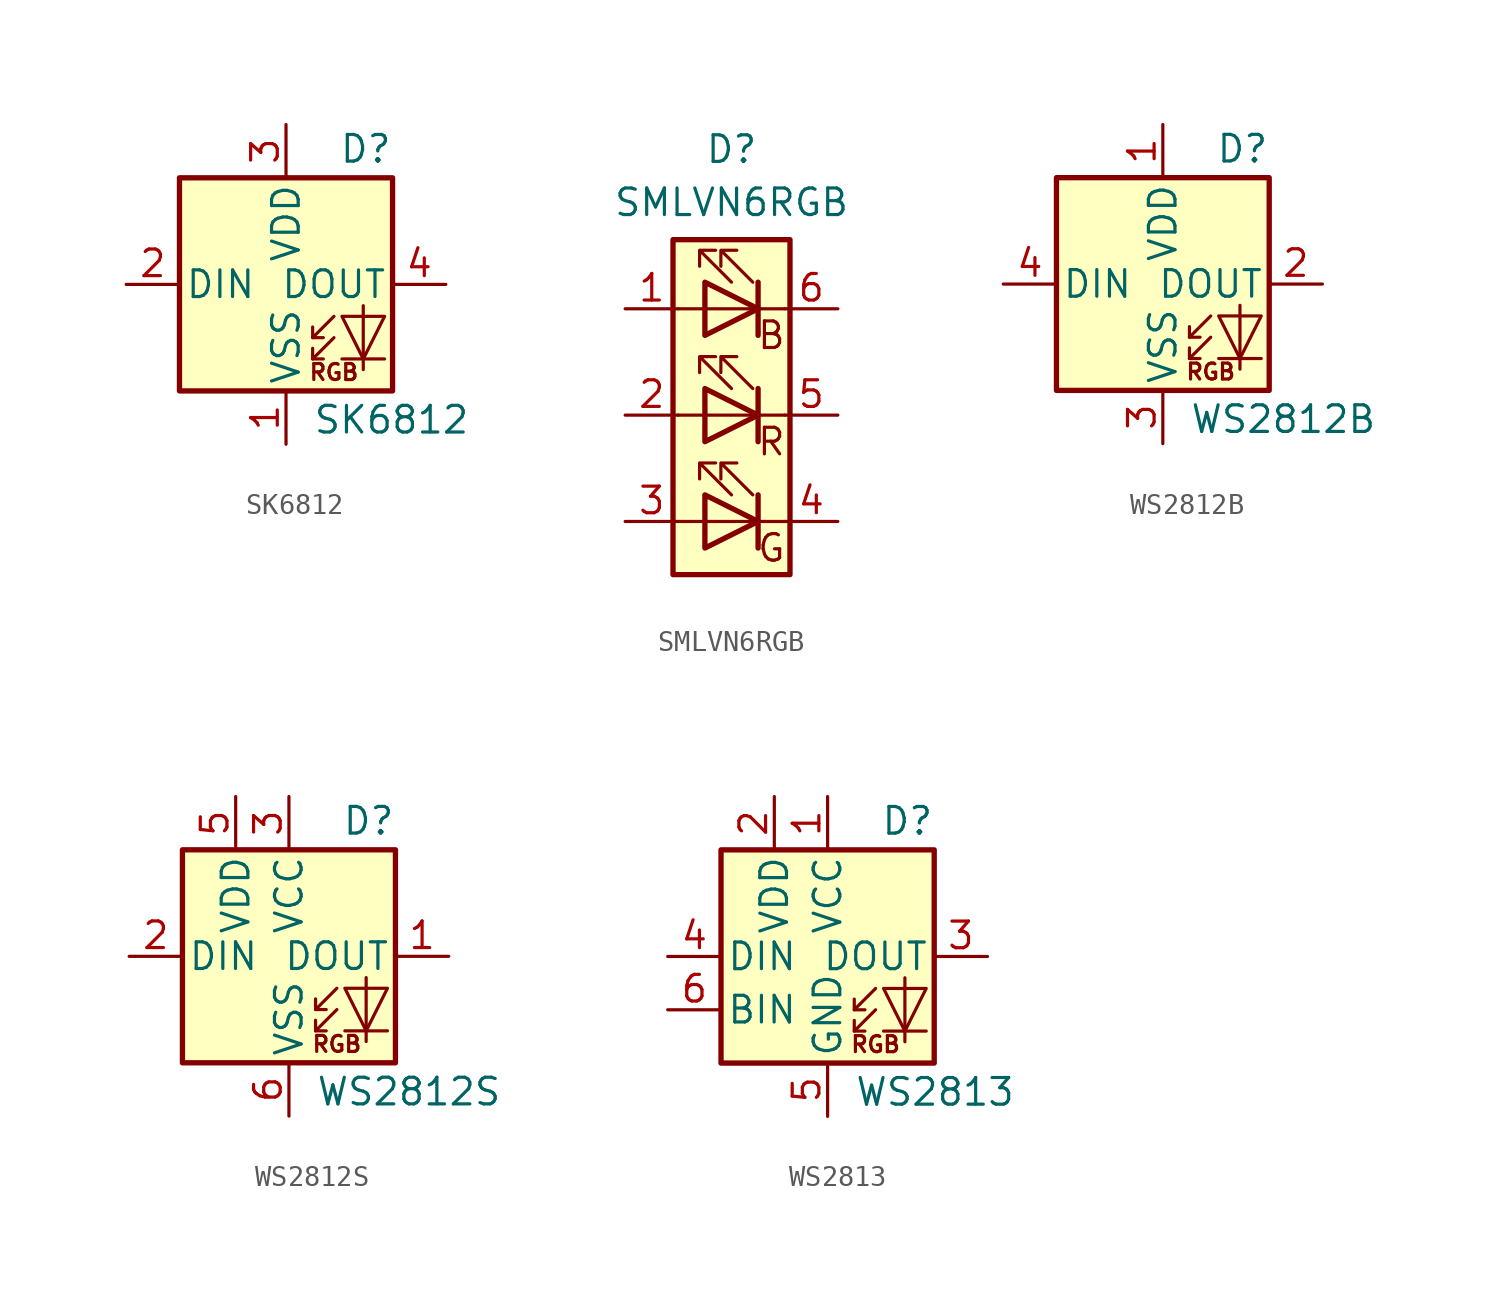
<source format=kicad_sym>
(kicad_symbol_lib
  (version 20201005)
  (generator kicad_symbol_editor)
  (symbol "LED:SK6812"
    (pin_names
      (offset 0.254))
    (property "Reference" "D"
      (at 5.08 5.715 0)
      (effects (font (size 1.27 1.27)) (justify right bottom)))
    (property "Value" "SK6812"
      (at 1.27 -5.715 0)
      (effects (font (size 1.27 1.27)) (justify left top)))
    (symbol "SK6812_0_0"
      (text "RGB" (at 2.286 -4.191 0) (effects (font (size 0.762 0.762)))))
    (symbol "SK6812_0_1"
      (rectangle (start 5.08 5.08) (end -5.08 -5.08) (stroke (width 0.254)) (fill (type background)))
      (polyline (pts (xy 1.27 -3.556) (xy 1.778 -3.556)) (stroke (width 0)) (fill (type none)))
      (polyline (pts (xy 1.27 -2.54) (xy 1.778 -2.54)) (stroke (width 0)) (fill (type none)))
      (polyline (pts (xy 4.699 -3.556) (xy 2.667 -3.556)) (stroke (width 0)) (fill (type none)))
      (polyline (pts (xy 2.286 -2.54) (xy 1.27 -3.556) (xy 1.27 -3.048)) (stroke (width 0)) (fill (type none)))
      (polyline (pts (xy 2.286 -1.524) (xy 1.27 -2.54) (xy 1.27 -2.032)) (stroke (width 0)) (fill (type none)))
      (polyline (pts (xy 3.683 -1.016) (xy 3.683 -3.556) (xy 3.683 -4.064)) (stroke (width 0)) (fill (type none)))
      (polyline (pts (xy 4.699 -1.524) (xy 2.667 -1.524) (xy 3.683 -3.556) (xy 4.699 -1.524)) (stroke (width 0)) (fill (type none))))
    (symbol "SK6812_1_1"
      (pin power_in line (at 0 -7.62 90) (length 2.54) (name "VSS" (effects (font (size 1.27 1.27)))) (number "1" (effects (font (size 1.27 1.27)))))
      (pin input line (at -7.62 0 0) (length 2.54) (name "DIN" (effects (font (size 1.27 1.27)))) (number "2" (effects (font (size 1.27 1.27)))))
      (pin power_in line (at 0 7.62 270) (length 2.54) (name "VDD" (effects (font (size 1.27 1.27)))) (number "3" (effects (font (size 1.27 1.27)))))
      (pin output line (at 7.62 0 180) (length 2.54) (name "DOUT" (effects (font (size 1.27 1.27)))) (number "4" (effects (font (size 1.27 1.27)))))))
  (symbol "LED:SMLVN6RGB"
    (pin_names
      (offset 0) hide)
    (property "Reference" "D"
      (at 0 12.7 0)
      (effects (font (size 1.27 1.27))))
    (property "Value" "SMLVN6RGB"
      (at 0 10.16 0)
      (effects (font (size 1.27 1.27))))
    (symbol "SMLVN6RGB_0_0"
      (text "B" (at 1.905 3.81 0) (effects (font (size 1.27 1.27))))
      (text "G" (at 1.905 -6.35 0) (effects (font (size 1.27 1.27))))
      (text "R" (at 1.905 -1.27 0) (effects (font (size 1.27 1.27)))))
    (symbol "SMLVN6RGB_0_1"
      (rectangle (start -2.794 8.382) (end 2.794 -7.62) (stroke (width 0.254)) (fill (type background)))
      (rectangle (start -1.27 -1.27) (end -1.27 1.27) (stroke (width 0)) (fill (type none)))
      (rectangle (start -1.27 1.27) (end -1.27 1.27) (stroke (width 0)) (fill (type none)))
      (rectangle (start -1.27 3.81) (end -1.27 6.35) (stroke (width 0)) (fill (type none)))
      (rectangle (start -1.27 6.35) (end -1.27 6.35) (stroke (width 0)) (fill (type none)))
      (polyline (pts (xy -1.27 -5.08) (xy -2.54 -5.08)) (stroke (width 0)) (fill (type none)))
      (polyline (pts (xy -1.27 0) (xy -2.54 0)) (stroke (width 0)) (fill (type none)))
      (polyline (pts (xy -1.27 0) (xy 1.27 0)) (stroke (width 0)) (fill (type none)))
      (polyline (pts (xy -1.27 5.08) (xy -2.54 5.08)) (stroke (width 0)) (fill (type none)))
      (polyline (pts (xy 1.27 -5.08) (xy -1.27 -5.08)) (stroke (width 0)) (fill (type none)))
      (polyline (pts (xy 1.27 -5.08) (xy 2.54 -5.08)) (stroke (width 0)) (fill (type none)))
      (polyline (pts (xy 1.27 -3.81) (xy 1.27 -6.35)) (stroke (width 0.254)) (fill (type none)))
      (polyline (pts (xy 1.27 0) (xy 2.54 0)) (stroke (width 0)) (fill (type none)))
      (polyline (pts (xy 1.27 1.27) (xy 1.27 -1.27)) (stroke (width 0.254)) (fill (type none)))
      (polyline (pts (xy 1.27 5.08) (xy -1.27 5.08)) (stroke (width 0)) (fill (type none)))
      (polyline (pts (xy 1.27 5.08) (xy 2.54 5.08)) (stroke (width 0)) (fill (type none)))
      (polyline (pts (xy 1.27 6.35) (xy 1.27 3.81)) (stroke (width 0.254)) (fill (type none)))
      (polyline (pts (xy 1.27 1.27) (xy 1.27 -1.27) (xy 1.27 -1.27)) (stroke (width 0)) (fill (type none)))
      (polyline (pts (xy 1.27 6.35) (xy 1.27 3.81) (xy 1.27 3.81)) (stroke (width 0)) (fill (type none)))
      (polyline (pts (xy -1.27 -3.81) (xy -1.27 -6.35) (xy 1.27 -5.08) (xy -1.27 -3.81)) (stroke (width 0.254)) (fill (type none)))
      (polyline (pts (xy -1.27 1.27) (xy -1.27 -1.27) (xy 1.27 0) (xy -1.27 1.27)) (stroke (width 0.254)) (fill (type none)))
      (polyline (pts (xy -1.27 6.35) (xy -1.27 3.81) (xy 1.27 5.08) (xy -1.27 6.35)) (stroke (width 0.254)) (fill (type none)))
      (polyline (pts (xy 0 -3.81) (xy -1.524 -2.286) (xy -0.762 -2.286) (xy -1.524 -2.286) (xy -1.524 -3.048)) (stroke (width 0)) (fill (type none)))
      (polyline (pts (xy 0 1.27) (xy -1.524 2.794) (xy -0.762 2.794) (xy -1.524 2.794) (xy -1.524 2.032)) (stroke (width 0)) (fill (type none)))
      (polyline (pts (xy 0 6.35) (xy -1.524 7.874) (xy -0.762 7.874) (xy -1.524 7.874) (xy -1.524 7.112)) (stroke (width 0)) (fill (type none)))
      (polyline (pts (xy 1.016 -3.81) (xy -0.508 -2.286) (xy 0.254 -2.286) (xy -0.508 -2.286) (xy -0.508 -3.048)) (stroke (width 0)) (fill (type none)))
      (polyline (pts (xy 1.016 1.27) (xy -0.508 2.794) (xy 0.254 2.794) (xy -0.508 2.794) (xy -0.508 2.032)) (stroke (width 0)) (fill (type none)))
      (polyline (pts (xy 1.016 6.35) (xy -0.508 7.874) (xy 0.254 7.874) (xy -0.508 7.874) (xy -0.508 7.112)) (stroke (width 0)) (fill (type none))))
    (symbol "SMLVN6RGB_1_1"
      (pin passive line (at -5.08 5.08 0) (length 2.54) (name "BA" (effects (font (size 1.27 1.27)))) (number "1" (effects (font (size 1.27 1.27)))))
      (pin passive line (at -5.08 0 0) (length 2.54) (name "RA" (effects (font (size 1.27 1.27)))) (number "2" (effects (font (size 1.27 1.27)))))
      (pin passive line (at -5.08 -5.08 0) (length 2.54) (name "GA" (effects (font (size 1.27 1.27)))) (number "3" (effects (font (size 1.27 1.27)))))
      (pin passive line (at 5.08 -5.08 180) (length 2.54) (name "GK" (effects (font (size 1.27 1.27)))) (number "4" (effects (font (size 1.27 1.27)))))
      (pin passive line (at 5.08 0 180) (length 2.54) (name "RK" (effects (font (size 1.27 1.27)))) (number "5" (effects (font (size 1.27 1.27)))))
      (pin passive line (at 5.08 5.08 180) (length 2.54) (name "BK" (effects (font (size 1.27 1.27)))) (number "6" (effects (font (size 1.27 1.27)))))))
  (symbol "LED:WS2812B"
    (pin_names
      (offset 0.254))
    (property "Reference" "D"
      (at 5.08 5.715 0)
      (effects (font (size 1.27 1.27)) (justify right bottom)))
    (property "Value" "WS2812B"
      (at 1.27 -5.715 0)
      (effects (font (size 1.27 1.27)) (justify left top)))
    (symbol "WS2812B_0_0"
      (text "RGB" (at 2.286 -4.191 0) (effects (font (size 0.762 0.762)))))
    (symbol "WS2812B_0_1"
      (rectangle (start 5.08 5.08) (end -5.08 -5.08) (stroke (width 0.254)) (fill (type background)))
      (polyline (pts (xy 1.27 -3.556) (xy 1.778 -3.556)) (stroke (width 0)) (fill (type none)))
      (polyline (pts (xy 1.27 -2.54) (xy 1.778 -2.54)) (stroke (width 0)) (fill (type none)))
      (polyline (pts (xy 4.699 -3.556) (xy 2.667 -3.556)) (stroke (width 0)) (fill (type none)))
      (polyline (pts (xy 2.286 -2.54) (xy 1.27 -3.556) (xy 1.27 -3.048)) (stroke (width 0)) (fill (type none)))
      (polyline (pts (xy 2.286 -1.524) (xy 1.27 -2.54) (xy 1.27 -2.032)) (stroke (width 0)) (fill (type none)))
      (polyline (pts (xy 3.683 -1.016) (xy 3.683 -3.556) (xy 3.683 -4.064)) (stroke (width 0)) (fill (type none)))
      (polyline (pts (xy 4.699 -1.524) (xy 2.667 -1.524) (xy 3.683 -3.556) (xy 4.699 -1.524)) (stroke (width 0)) (fill (type none))))
    (symbol "WS2812B_1_1"
      (pin power_in line (at 0 7.62 270) (length 2.54) (name "VDD" (effects (font (size 1.27 1.27)))) (number "1" (effects (font (size 1.27 1.27)))))
      (pin output line (at 7.62 0 180) (length 2.54) (name "DOUT" (effects (font (size 1.27 1.27)))) (number "2" (effects (font (size 1.27 1.27)))))
      (pin power_in line (at 0 -7.62 90) (length 2.54) (name "VSS" (effects (font (size 1.27 1.27)))) (number "3" (effects (font (size 1.27 1.27)))))
      (pin input line (at -7.62 0 0) (length 2.54) (name "DIN" (effects (font (size 1.27 1.27)))) (number "4" (effects (font (size 1.27 1.27)))))))
  (symbol "LED:WS2812S"
    (pin_names
      (offset 0.254))
    (property "Reference" "D"
      (at 5.08 5.715 0)
      (effects (font (size 1.27 1.27)) (justify right bottom)))
    (property "Value" "WS2812S"
      (at 1.27 -5.715 0)
      (effects (font (size 1.27 1.27)) (justify left top)))
    (symbol "WS2812S_0_0"
      (text "RGB" (at 2.286 -4.191 0) (effects (font (size 0.762 0.762)))))
    (symbol "WS2812S_0_1"
      (rectangle (start 5.08 5.08) (end -5.08 -5.08) (stroke (width 0.254)) (fill (type background)))
      (polyline (pts (xy 1.27 -3.556) (xy 1.778 -3.556)) (stroke (width 0)) (fill (type none)))
      (polyline (pts (xy 1.27 -2.54) (xy 1.778 -2.54)) (stroke (width 0)) (fill (type none)))
      (polyline (pts (xy 4.699 -3.556) (xy 2.667 -3.556)) (stroke (width 0)) (fill (type none)))
      (polyline (pts (xy 2.286 -2.54) (xy 1.27 -3.556) (xy 1.27 -3.048)) (stroke (width 0)) (fill (type none)))
      (polyline (pts (xy 2.286 -1.524) (xy 1.27 -2.54) (xy 1.27 -2.032)) (stroke (width 0)) (fill (type none)))
      (polyline (pts (xy 3.683 -1.016) (xy 3.683 -3.556) (xy 3.683 -4.064)) (stroke (width 0)) (fill (type none)))
      (polyline (pts (xy 4.699 -1.524) (xy 2.667 -1.524) (xy 3.683 -3.556) (xy 4.699 -1.524)) (stroke (width 0)) (fill (type none))))
    (symbol "WS2812S_1_1"
      (pin output line (at 7.62 0 180) (length 2.54) (name "DOUT" (effects (font (size 1.27 1.27)))) (number "1" (effects (font (size 1.27 1.27)))))
      (pin input line (at -7.62 0 0) (length 2.54) (name "DIN" (effects (font (size 1.27 1.27)))) (number "2" (effects (font (size 1.27 1.27)))))
      (pin power_in line (at 0 7.62 270) (length 2.54) (name "VCC" (effects (font (size 1.27 1.27)))) (number "3" (effects (font (size 1.27 1.27)))))
      (pin no_connect line (at 5.08 2.54 180) (length 2.54) hide (name "NC" (effects (font (size 1.27 1.27)))) (number "4" (effects (font (size 1.27 1.27)))))
      (pin power_in line (at -2.54 7.62 270) (length 2.54) (name "VDD" (effects (font (size 1.27 1.27)))) (number "5" (effects (font (size 1.27 1.27)))))
      (pin power_in line (at 0 -7.62 90) (length 2.54) (name "VSS" (effects (font (size 1.27 1.27)))) (number "6" (effects (font (size 1.27 1.27)))))))
  (symbol "LED:WS2813"
    (pin_names
      (offset 0.254))
    (property "Reference" "D"
      (at 5.08 5.715 0)
      (effects (font (size 1.27 1.27)) (justify right bottom)))
    (property "Value" "WS2813"
      (at 1.27 -5.715 0)
      (effects (font (size 1.27 1.27)) (justify left top)))
    (symbol "WS2813_0_0"
      (text "RGB" (at 2.286 -4.191 0) (effects (font (size 0.762 0.762)))))
    (symbol "WS2813_0_1"
      (rectangle (start 5.08 5.08) (end -5.08 -5.08) (stroke (width 0.254)) (fill (type background)))
      (polyline (pts (xy 1.27 -3.556) (xy 1.778 -3.556)) (stroke (width 0)) (fill (type none)))
      (polyline (pts (xy 1.27 -2.54) (xy 1.778 -2.54)) (stroke (width 0)) (fill (type none)))
      (polyline (pts (xy 4.699 -3.556) (xy 2.667 -3.556)) (stroke (width 0)) (fill (type none)))
      (polyline (pts (xy 2.286 -2.54) (xy 1.27 -3.556) (xy 1.27 -3.048)) (stroke (width 0)) (fill (type none)))
      (polyline (pts (xy 2.286 -1.524) (xy 1.27 -2.54) (xy 1.27 -2.032)) (stroke (width 0)) (fill (type none)))
      (polyline (pts (xy 3.683 -1.016) (xy 3.683 -3.556) (xy 3.683 -4.064)) (stroke (width 0)) (fill (type none)))
      (polyline (pts (xy 4.699 -1.524) (xy 2.667 -1.524) (xy 3.683 -3.556) (xy 4.699 -1.524)) (stroke (width 0)) (fill (type none))))
    (symbol "WS2813_1_1"
      (pin power_in line (at 0 7.62 270) (length 2.54) (name "VCC" (effects (font (size 1.27 1.27)))) (number "1" (effects (font (size 1.27 1.27)))))
      (pin power_in line (at -2.54 7.62 270) (length 2.54) (name "VDD" (effects (font (size 1.27 1.27)))) (number "2" (effects (font (size 1.27 1.27)))))
      (pin output line (at 7.62 0 180) (length 2.54) (name "DOUT" (effects (font (size 1.27 1.27)))) (number "3" (effects (font (size 1.27 1.27)))))
      (pin input line (at -7.62 0 0) (length 2.54) (name "DIN" (effects (font (size 1.27 1.27)))) (number "4" (effects (font (size 1.27 1.27)))))
      (pin power_in line (at 0 -7.62 90) (length 2.54) (name "GND" (effects (font (size 1.27 1.27)))) (number "5" (effects (font (size 1.27 1.27)))))
      (pin input line (at -7.62 -2.54 0) (length 2.54) (name "BIN" (effects (font (size 1.27 1.27)))) (number "6" (effects (font (size 1.27 1.27))))))))
</source>
